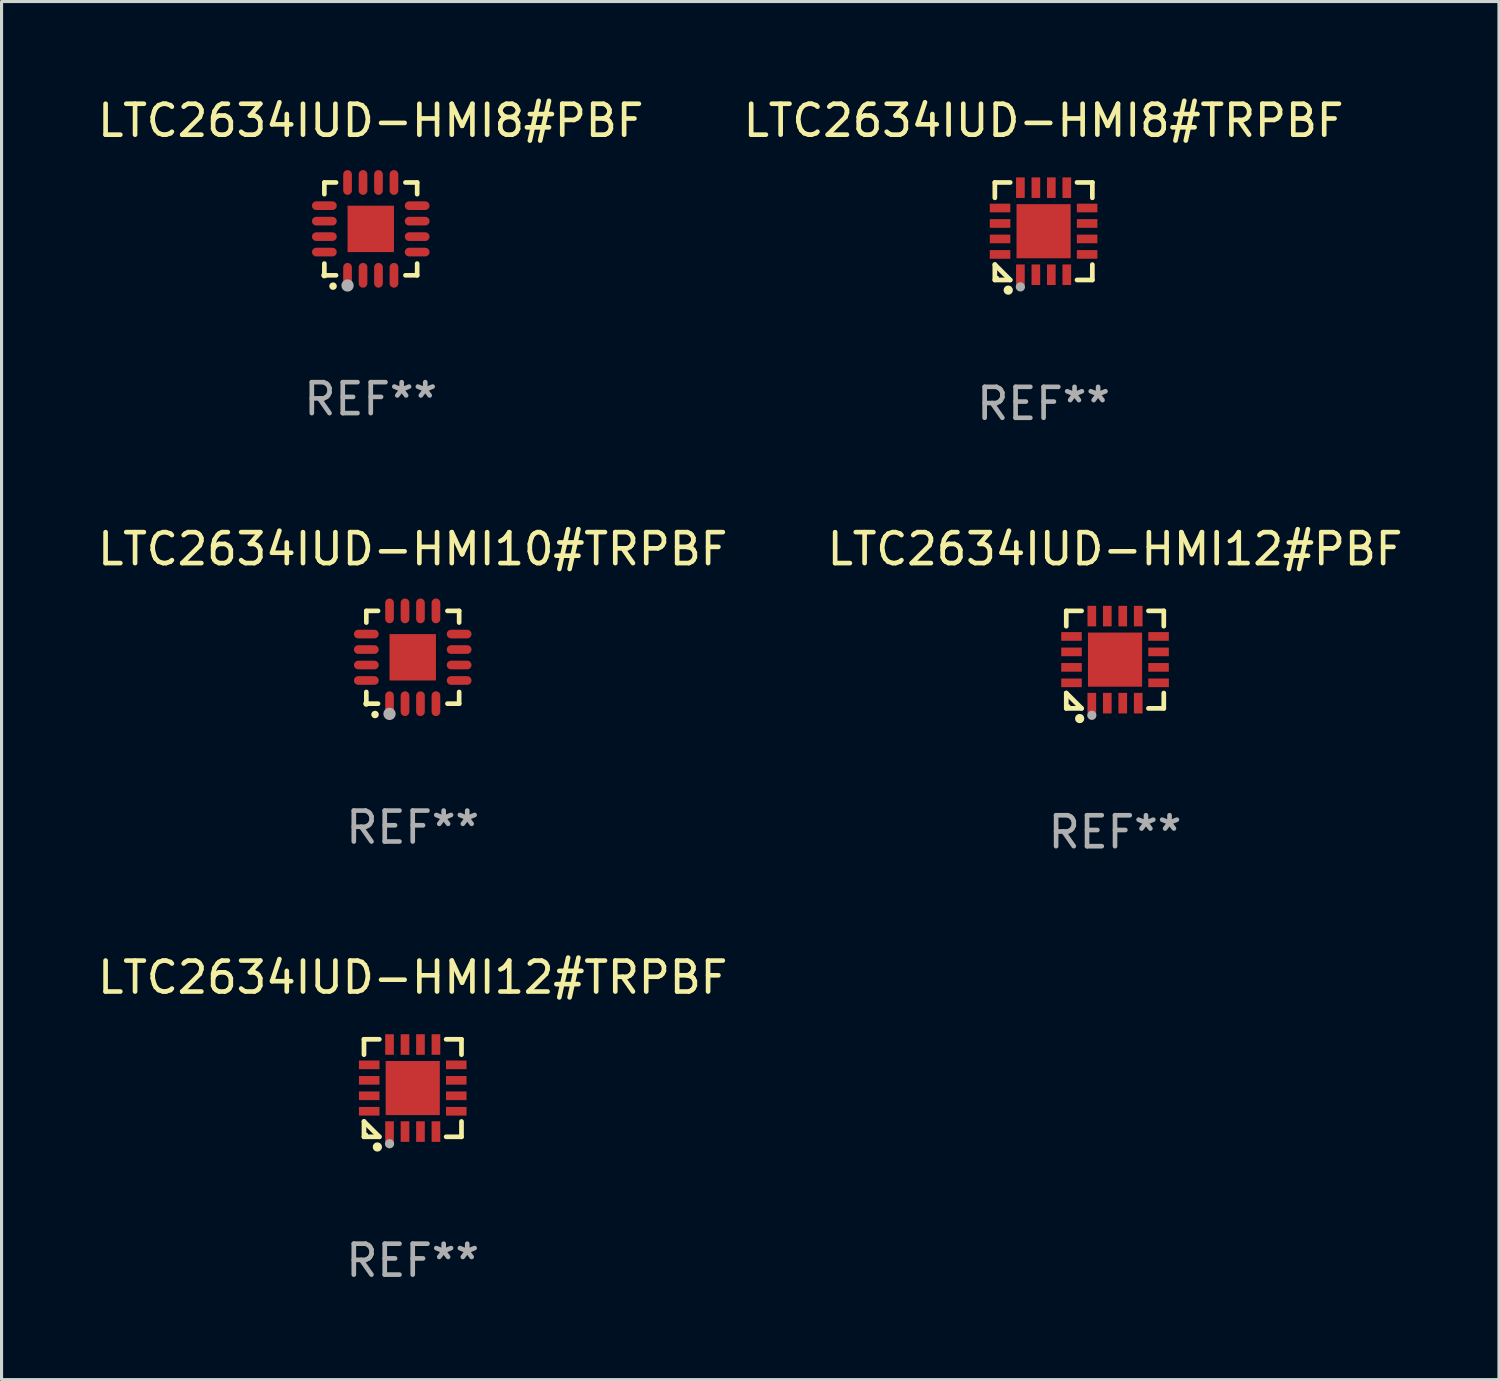
<source format=kicad_pcb>
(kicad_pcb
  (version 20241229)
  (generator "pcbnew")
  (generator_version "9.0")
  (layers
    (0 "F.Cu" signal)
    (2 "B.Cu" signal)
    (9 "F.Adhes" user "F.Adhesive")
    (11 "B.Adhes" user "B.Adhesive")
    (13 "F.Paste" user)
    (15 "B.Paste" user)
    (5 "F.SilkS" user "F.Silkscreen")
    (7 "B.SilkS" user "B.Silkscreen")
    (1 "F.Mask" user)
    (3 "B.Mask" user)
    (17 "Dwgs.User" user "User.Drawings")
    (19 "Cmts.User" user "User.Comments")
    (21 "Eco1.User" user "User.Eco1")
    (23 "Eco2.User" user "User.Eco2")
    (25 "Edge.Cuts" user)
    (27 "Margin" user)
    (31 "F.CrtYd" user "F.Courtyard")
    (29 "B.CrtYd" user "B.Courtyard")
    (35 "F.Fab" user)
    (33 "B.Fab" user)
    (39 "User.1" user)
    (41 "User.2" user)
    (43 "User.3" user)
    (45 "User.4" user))
  (footprint "LTC2634IUD-HMI12#PBF"
    (layer "F.Cu")
    (at 32.994 18.273)
    (property "Reference" "LTC2634IUD-HMI12#PBF" (at 0 -3.576 0) (layer "F.SilkS") (effects (font (size 1 1) (thickness 0.15))))
    (attr through_hole)
    (fp_line (start -1.576 -1.576) (end -1.08 -1.576) (stroke (width 0.152) (type solid)) (layer "F.SilkS"))
    (fp_line (start -1.576 -1.08) (end -1.576 -1.576) (stroke (width 0.152) (type solid)) (layer "F.SilkS"))
    (fp_line (start -1.576 1.08) (end -1.576 1.576) (stroke (width 0.152) (type solid)) (layer "F.SilkS"))
    (fp_line (start -1.576 1.576) (end -1.08 1.576) (stroke (width 0.152) (type solid)) (layer "F.SilkS"))
    (fp_line (start -1.08 1.576) (end -1.576 1.08) (stroke (width 0.152) (type solid)) (layer "F.SilkS"))
    (fp_line (start 1.576 -1.576) (end 1.08 -1.576) (stroke (width 0.152) (type solid)) (layer "F.SilkS"))
    (fp_line (start 1.576 -1.08) (end 1.576 -1.576) (stroke (width 0.152) (type solid)) (layer "F.SilkS"))
    (fp_line (start 1.576 1.08) (end 1.576 1.576) (stroke (width 0.152) (type solid)) (layer "F.SilkS"))
    (fp_line (start 1.576 1.576) (end 1.08 1.576) (stroke (width 0.152) (type solid)) (layer "F.SilkS"))
    (fp_circle (center -1.5 1.5) (end -1.47 1.5) (stroke (width 0.06) (type solid)) (fill no) (layer "F.SilkS"))
    (fp_circle (center -1.143 1.905) (end -1.068 1.905) (stroke (width 0.15) (type solid)) (fill no) (layer "F.SilkS"))
    (fp_circle (center -0.75 1.8) (end -0.675 1.8) (stroke (width 0.15) (type solid)) (fill no) (layer "F.Fab"))
    (fp_text user "REF**" (at 0 5.576 0) (layer "F.Fab") (effects (font (size 1 1) (thickness 0.15))))
    (pad "1" smd rect (at -0.75 1.407) (size 0.28 0.665) (layers "F.Cu" "F.Mask" "F.Paste"))
    (pad "2" smd rect (at -0.25 1.407) (size 0.28 0.665) (layers "F.Cu" "F.Mask" "F.Paste"))
    (pad "3" smd rect (at 0.25 1.407) (size 0.28 0.665) (layers "F.Cu" "F.Mask" "F.Paste"))
    (pad "4" smd rect (at 0.75 1.407) (size 0.28 0.665) (layers "F.Cu" "F.Mask" "F.Paste"))
    (pad "5" smd rect (at 1.407 0.75) (size 0.665 0.28) (layers "F.Cu" "F.Mask" "F.Paste"))
    (pad "6" smd rect (at 1.407 0.25) (size 0.665 0.28) (layers "F.Cu" "F.Mask" "F.Paste"))
    (pad "7" smd rect (at 1.407 -0.25) (size 0.665 0.28) (layers "F.Cu" "F.Mask" "F.Paste"))
    (pad "8" smd rect (at 1.407 -0.75) (size 0.665 0.28) (layers "F.Cu" "F.Mask" "F.Paste"))
    (pad "9" smd rect (at 0.75 -1.407) (size 0.28 0.665) (layers "F.Cu" "F.Mask" "F.Paste"))
    (pad "10" smd rect (at 0.25 -1.407) (size 0.28 0.665) (layers "F.Cu" "F.Mask" "F.Paste"))
    (pad "11" smd rect (at -0.25 -1.407) (size 0.28 0.665) (layers "F.Cu" "F.Mask" "F.Paste"))
    (pad "12" smd rect (at -0.75 -1.407) (size 0.28 0.665) (layers "F.Cu" "F.Mask" "F.Paste"))
    (pad "13" smd rect (at -1.407 -0.75) (size 0.665 0.28) (layers "F.Cu" "F.Mask" "F.Paste"))
    (pad "14" smd rect (at -1.407 -0.25) (size 0.665 0.28) (layers "F.Cu" "F.Mask" "F.Paste"))
    (pad "15" smd rect (at -1.407 0.25) (size 0.665 0.28) (layers "F.Cu" "F.Mask" "F.Paste"))
    (pad "16" smd rect (at -1.407 0.75) (size 0.665 0.28) (layers "F.Cu" "F.Mask" "F.Paste"))
    (pad "17" smd rect (at 0 0) (size 1.75 1.75) (layers "F.Cu" "F.Mask" "F.Paste")))
  (footprint "LTC2634IUD-HMI12#TRPBF"
    (layer "F.Cu")
    (at 10.292 32.122)
    (property "Reference" "LTC2634IUD-HMI12#TRPBF" (at 0 -3.576 0) (layer "F.SilkS") (effects (font (size 1 1) (thickness 0.15))))
    (attr through_hole)
    (fp_line (start -1.576 -1.576) (end -1.08 -1.576) (stroke (width 0.152) (type solid)) (layer "F.SilkS"))
    (fp_line (start -1.576 -1.08) (end -1.576 -1.576) (stroke (width 0.152) (type solid)) (layer "F.SilkS"))
    (fp_line (start -1.576 1.08) (end -1.576 1.576) (stroke (width 0.152) (type solid)) (layer "F.SilkS"))
    (fp_line (start -1.576 1.576) (end -1.08 1.576) (stroke (width 0.152) (type solid)) (layer "F.SilkS"))
    (fp_line (start -1.08 1.576) (end -1.576 1.08) (stroke (width 0.152) (type solid)) (layer "F.SilkS"))
    (fp_line (start 1.576 -1.576) (end 1.08 -1.576) (stroke (width 0.152) (type solid)) (layer "F.SilkS"))
    (fp_line (start 1.576 -1.08) (end 1.576 -1.576) (stroke (width 0.152) (type solid)) (layer "F.SilkS"))
    (fp_line (start 1.576 1.08) (end 1.576 1.576) (stroke (width 0.152) (type solid)) (layer "F.SilkS"))
    (fp_line (start 1.576 1.576) (end 1.08 1.576) (stroke (width 0.152) (type solid)) (layer "F.SilkS"))
    (fp_circle (center -1.5 1.5) (end -1.47 1.5) (stroke (width 0.06) (type solid)) (fill no) (layer "F.SilkS"))
    (fp_circle (center -1.143 1.905) (end -1.068 1.905) (stroke (width 0.15) (type solid)) (fill no) (layer "F.SilkS"))
    (fp_circle (center -0.75 1.8) (end -0.675 1.8) (stroke (width 0.15) (type solid)) (fill no) (layer "F.Fab"))
    (fp_text user "REF**" (at 0 5.576 0) (layer "F.Fab") (effects (font (size 1 1) (thickness 0.15))))
    (pad "1" smd rect (at -0.75 1.407) (size 0.28 0.665) (layers "F.Cu" "F.Mask" "F.Paste"))
    (pad "2" smd rect (at -0.25 1.407) (size 0.28 0.665) (layers "F.Cu" "F.Mask" "F.Paste"))
    (pad "3" smd rect (at 0.25 1.407) (size 0.28 0.665) (layers "F.Cu" "F.Mask" "F.Paste"))
    (pad "4" smd rect (at 0.75 1.407) (size 0.28 0.665) (layers "F.Cu" "F.Mask" "F.Paste"))
    (pad "5" smd rect (at 1.407 0.75) (size 0.665 0.28) (layers "F.Cu" "F.Mask" "F.Paste"))
    (pad "6" smd rect (at 1.407 0.25) (size 0.665 0.28) (layers "F.Cu" "F.Mask" "F.Paste"))
    (pad "7" smd rect (at 1.407 -0.25) (size 0.665 0.28) (layers "F.Cu" "F.Mask" "F.Paste"))
    (pad "8" smd rect (at 1.407 -0.75) (size 0.665 0.28) (layers "F.Cu" "F.Mask" "F.Paste"))
    (pad "9" smd rect (at 0.75 -1.407) (size 0.28 0.665) (layers "F.Cu" "F.Mask" "F.Paste"))
    (pad "10" smd rect (at 0.25 -1.407) (size 0.28 0.665) (layers "F.Cu" "F.Mask" "F.Paste"))
    (pad "11" smd rect (at -0.25 -1.407) (size 0.28 0.665) (layers "F.Cu" "F.Mask" "F.Paste"))
    (pad "12" smd rect (at -0.75 -1.407) (size 0.28 0.665) (layers "F.Cu" "F.Mask" "F.Paste"))
    (pad "13" smd rect (at -1.407 -0.75) (size 0.665 0.28) (layers "F.Cu" "F.Mask" "F.Paste"))
    (pad "14" smd rect (at -1.407 -0.25) (size 0.665 0.28) (layers "F.Cu" "F.Mask" "F.Paste"))
    (pad "15" smd rect (at -1.407 0.25) (size 0.665 0.28) (layers "F.Cu" "F.Mask" "F.Paste"))
    (pad "16" smd rect (at -1.407 0.75) (size 0.665 0.28) (layers "F.Cu" "F.Mask" "F.Paste"))
    (pad "17" smd rect (at 0 0) (size 1.75 1.75) (layers "F.Cu" "F.Mask" "F.Paste")))
  (footprint "LTC2634IUD-HMI8#PBF"
    (layer "F.Cu")
    (at 8.935 4.349)
    (property "Reference" "LTC2634IUD-HMI8#PBF" (at 0 -3.5 0) (layer "F.SilkS") (effects (font (size 1 1) (thickness 0.15))))
    (attr through_hole)
    (fp_line (start -1.5 -1.5) (end -1.121 -1.5) (stroke (width 0.15) (type solid)) (layer "F.SilkS"))
    (fp_line (start -1.5 -1.122) (end -1.5 -1.5) (stroke (width 0.15) (type solid)) (layer "F.SilkS"))
    (fp_line (start -1.5 1.5) (end -1.5 1.121) (stroke (width 0.15) (type solid)) (layer "F.SilkS"))
    (fp_line (start -1.121 1.5) (end -1.5 1.5) (stroke (width 0.15) (type solid)) (layer "F.SilkS"))
    (fp_line (start 1.121 -1.5) (end 1.5 -1.5) (stroke (width 0.15) (type solid)) (layer "F.SilkS"))
    (fp_line (start 1.5 -1.5) (end 1.5 -1.122) (stroke (width 0.15) (type solid)) (layer "F.SilkS"))
    (fp_line (start 1.5 1.121) (end 1.5 1.5) (stroke (width 0.15) (type solid)) (layer "F.SilkS"))
    (fp_line (start 1.5 1.5) (end 1.121 1.5) (stroke (width 0.15) (type solid)) (layer "F.SilkS"))
    (fp_arc (start -1.219926 1.850254) (mid -1.21891 1.85025) (end -1.217894 1.850254) (stroke (width 0.240005) (type solid)) (layer "F.SilkS"))
    (fp_circle (center -1.5 1.5) (end -1.45 1.5) (stroke (width 0.1) (type solid)) (fill no) (layer "F.SilkS"))
    (fp_circle (center -0.75 1.83) (end -0.65 1.83) (stroke (width 0.2) (type solid)) (fill no) (layer "F.Fab"))
    (fp_text user "REF**" (at 0 5.5 0) (layer "F.Fab") (effects (font (size 1 1) (thickness 0.15))))
    (pad "1" smd oval (at -0.75 1.5) (size 0.28 0.8) (layers "F.Cu" "F.Mask" "F.Paste"))
    (pad "2" smd oval (at -0.25 1.5) (size 0.28 0.8) (layers "F.Cu" "F.Mask" "F.Paste"))
    (pad "3" smd oval (at 0.25 1.5) (size 0.28 0.8) (layers "F.Cu" "F.Mask" "F.Paste"))
    (pad "4" smd oval (at 0.75 1.5) (size 0.28 0.8) (layers "F.Cu" "F.Mask" "F.Paste"))
    (pad "5" smd oval (at 1.5 0.75) (size 0.8 0.28) (layers "F.Cu" "F.Mask" "F.Paste"))
    (pad "6" smd oval (at 1.5 0.25) (size 0.8 0.28) (layers "F.Cu" "F.Mask" "F.Paste"))
    (pad "7" smd oval (at 1.5 -0.25) (size 0.8 0.28) (layers "F.Cu" "F.Mask" "F.Paste"))
    (pad "8" smd oval (at 1.5 -0.75) (size 0.8 0.28) (layers "F.Cu" "F.Mask" "F.Paste"))
    (pad "9" smd oval (at 0.75 -1.5) (size 0.28 0.8) (layers "F.Cu" "F.Mask" "F.Paste"))
    (pad "10" smd oval (at 0.25 -1.5) (size 0.28 0.8) (layers "F.Cu" "F.Mask" "F.Paste"))
    (pad "11" smd oval (at -0.25 -1.5) (size 0.28 0.8) (layers "F.Cu" "F.Mask" "F.Paste"))
    (pad "12" smd oval (at -0.75 -1.5) (size 0.28 0.8) (layers "F.Cu" "F.Mask" "F.Paste"))
    (pad "13" smd oval (at -1.5 -0.75) (size 0.8 0.28) (layers "F.Cu" "F.Mask" "F.Paste"))
    (pad "14" smd oval (at -1.5 -0.25) (size 0.8 0.28) (layers "F.Cu" "F.Mask" "F.Paste"))
    (pad "15" smd oval (at -1.5 0.25) (size 0.8 0.28) (layers "F.Cu" "F.Mask" "F.Paste"))
    (pad "16" smd oval (at -1.5 0.75) (size 0.8 0.28) (layers "F.Cu" "F.Mask" "F.Paste"))
    (pad "17" smd rect (at -0.000064 0.000165) (size 1.5 1.5) (layers "F.Cu" "F.Mask" "F.Paste")))
  (footprint "LTC2634IUD-HMI10#TRPBF"
    (layer "F.Cu")
    (at 10.292 18.197)
    (property "Reference" "LTC2634IUD-HMI10#TRPBF" (at 0 -3.5 0) (layer "F.SilkS") (effects (font (size 1 1) (thickness 0.15))))
    (attr through_hole)
    (fp_line (start -1.5 -1.5) (end -1.121 -1.5) (stroke (width 0.15) (type solid)) (layer "F.SilkS"))
    (fp_line (start -1.5 -1.122) (end -1.5 -1.5) (stroke (width 0.15) (type solid)) (layer "F.SilkS"))
    (fp_line (start -1.5 1.5) (end -1.5 1.121) (stroke (width 0.15) (type solid)) (layer "F.SilkS"))
    (fp_line (start -1.121 1.5) (end -1.5 1.5) (stroke (width 0.15) (type solid)) (layer "F.SilkS"))
    (fp_line (start 1.121 -1.5) (end 1.5 -1.5) (stroke (width 0.15) (type solid)) (layer "F.SilkS"))
    (fp_line (start 1.5 -1.5) (end 1.5 -1.122) (stroke (width 0.15) (type solid)) (layer "F.SilkS"))
    (fp_line (start 1.5 1.121) (end 1.5 1.5) (stroke (width 0.15) (type solid)) (layer "F.SilkS"))
    (fp_line (start 1.5 1.5) (end 1.121 1.5) (stroke (width 0.15) (type solid)) (layer "F.SilkS"))
    (fp_arc (start -1.219926 1.850254) (mid -1.21891 1.85025) (end -1.217894 1.850254) (stroke (width 0.240005) (type solid)) (layer "F.SilkS"))
    (fp_circle (center -1.5 1.5) (end -1.45 1.5) (stroke (width 0.1) (type solid)) (fill no) (layer "F.SilkS"))
    (fp_circle (center -0.75 1.83) (end -0.65 1.83) (stroke (width 0.2) (type solid)) (fill no) (layer "F.Fab"))
    (fp_text user "REF**" (at 0 5.5 0) (layer "F.Fab") (effects (font (size 1 1) (thickness 0.15))))
    (pad "1" smd oval (at -0.75 1.5) (size 0.28 0.8) (layers "F.Cu" "F.Mask" "F.Paste"))
    (pad "2" smd oval (at -0.25 1.5) (size 0.28 0.8) (layers "F.Cu" "F.Mask" "F.Paste"))
    (pad "3" smd oval (at 0.25 1.5) (size 0.28 0.8) (layers "F.Cu" "F.Mask" "F.Paste"))
    (pad "4" smd oval (at 0.75 1.5) (size 0.28 0.8) (layers "F.Cu" "F.Mask" "F.Paste"))
    (pad "5" smd oval (at 1.5 0.75) (size 0.8 0.28) (layers "F.Cu" "F.Mask" "F.Paste"))
    (pad "6" smd oval (at 1.5 0.25) (size 0.8 0.28) (layers "F.Cu" "F.Mask" "F.Paste"))
    (pad "7" smd oval (at 1.5 -0.25) (size 0.8 0.28) (layers "F.Cu" "F.Mask" "F.Paste"))
    (pad "8" smd oval (at 1.5 -0.75) (size 0.8 0.28) (layers "F.Cu" "F.Mask" "F.Paste"))
    (pad "9" smd oval (at 0.75 -1.5) (size 0.28 0.8) (layers "F.Cu" "F.Mask" "F.Paste"))
    (pad "10" smd oval (at 0.25 -1.5) (size 0.28 0.8) (layers "F.Cu" "F.Mask" "F.Paste"))
    (pad "11" smd oval (at -0.25 -1.5) (size 0.28 0.8) (layers "F.Cu" "F.Mask" "F.Paste"))
    (pad "12" smd oval (at -0.75 -1.5) (size 0.28 0.8) (layers "F.Cu" "F.Mask" "F.Paste"))
    (pad "13" smd oval (at -1.5 -0.75) (size 0.8 0.28) (layers "F.Cu" "F.Mask" "F.Paste"))
    (pad "14" smd oval (at -1.5 -0.25) (size 0.8 0.28) (layers "F.Cu" "F.Mask" "F.Paste"))
    (pad "15" smd oval (at -1.5 0.25) (size 0.8 0.28) (layers "F.Cu" "F.Mask" "F.Paste"))
    (pad "16" smd oval (at -1.5 0.75) (size 0.8 0.28) (layers "F.Cu" "F.Mask" "F.Paste"))
    (pad "17" smd rect (at -0.000064 0.000165) (size 1.5 1.5) (layers "F.Cu" "F.Mask" "F.Paste")))
  (footprint "LTC2634IUD-HMI8#TRPBF"
    (layer "F.Cu")
    (at 30.685 4.424)
    (property "Reference" "LTC2634IUD-HMI8#TRPBF" (at 0 -3.576 0) (layer "F.SilkS") (effects (font (size 1 1) (thickness 0.15))))
    (attr through_hole)
    (fp_line (start -1.576 -1.576) (end -1.08 -1.576) (stroke (width 0.152) (type solid)) (layer "F.SilkS"))
    (fp_line (start -1.576 -1.08) (end -1.576 -1.576) (stroke (width 0.152) (type solid)) (layer "F.SilkS"))
    (fp_line (start -1.576 1.08) (end -1.576 1.576) (stroke (width 0.152) (type solid)) (layer "F.SilkS"))
    (fp_line (start -1.576 1.576) (end -1.08 1.576) (stroke (width 0.152) (type solid)) (layer "F.SilkS"))
    (fp_line (start -1.08 1.576) (end -1.576 1.08) (stroke (width 0.152) (type solid)) (layer "F.SilkS"))
    (fp_line (start 1.576 -1.576) (end 1.08 -1.576) (stroke (width 0.152) (type solid)) (layer "F.SilkS"))
    (fp_line (start 1.576 -1.08) (end 1.576 -1.576) (stroke (width 0.152) (type solid)) (layer "F.SilkS"))
    (fp_line (start 1.576 1.08) (end 1.576 1.576) (stroke (width 0.152) (type solid)) (layer "F.SilkS"))
    (fp_line (start 1.576 1.576) (end 1.08 1.576) (stroke (width 0.152) (type solid)) (layer "F.SilkS"))
    (fp_circle (center -1.5 1.5) (end -1.47 1.5) (stroke (width 0.06) (type solid)) (fill no) (layer "F.SilkS"))
    (fp_circle (center -1.143 1.905) (end -1.068 1.905) (stroke (width 0.15) (type solid)) (fill no) (layer "F.SilkS"))
    (fp_circle (center -0.75 1.8) (end -0.675 1.8) (stroke (width 0.15) (type solid)) (fill no) (layer "F.Fab"))
    (fp_text user "REF**" (at 0 5.576 0) (layer "F.Fab") (effects (font (size 1 1) (thickness 0.15))))
    (pad "1" smd rect (at -0.75 1.407) (size 0.28 0.665) (layers "F.Cu" "F.Mask" "F.Paste"))
    (pad "2" smd rect (at -0.25 1.407) (size 0.28 0.665) (layers "F.Cu" "F.Mask" "F.Paste"))
    (pad "3" smd rect (at 0.25 1.407) (size 0.28 0.665) (layers "F.Cu" "F.Mask" "F.Paste"))
    (pad "4" smd rect (at 0.75 1.407) (size 0.28 0.665) (layers "F.Cu" "F.Mask" "F.Paste"))
    (pad "5" smd rect (at 1.407 0.75) (size 0.665 0.28) (layers "F.Cu" "F.Mask" "F.Paste"))
    (pad "6" smd rect (at 1.407 0.25) (size 0.665 0.28) (layers "F.Cu" "F.Mask" "F.Paste"))
    (pad "7" smd rect (at 1.407 -0.25) (size 0.665 0.28) (layers "F.Cu" "F.Mask" "F.Paste"))
    (pad "8" smd rect (at 1.407 -0.75) (size 0.665 0.28) (layers "F.Cu" "F.Mask" "F.Paste"))
    (pad "9" smd rect (at 0.75 -1.407) (size 0.28 0.665) (layers "F.Cu" "F.Mask" "F.Paste"))
    (pad "10" smd rect (at 0.25 -1.407) (size 0.28 0.665) (layers "F.Cu" "F.Mask" "F.Paste"))
    (pad "11" smd rect (at -0.25 -1.407) (size 0.28 0.665) (layers "F.Cu" "F.Mask" "F.Paste"))
    (pad "12" smd rect (at -0.75 -1.407) (size 0.28 0.665) (layers "F.Cu" "F.Mask" "F.Paste"))
    (pad "13" smd rect (at -1.407 -0.75) (size 0.665 0.28) (layers "F.Cu" "F.Mask" "F.Paste"))
    (pad "14" smd rect (at -1.407 -0.25) (size 0.665 0.28) (layers "F.Cu" "F.Mask" "F.Paste"))
    (pad "15" smd rect (at -1.407 0.25) (size 0.665 0.28) (layers "F.Cu" "F.Mask" "F.Paste"))
    (pad "16" smd rect (at -1.407 0.75) (size 0.665 0.28) (layers "F.Cu" "F.Mask" "F.Paste"))
    (pad "17" smd rect (at 0 0) (size 1.75 1.75) (layers "F.Cu" "F.Mask" "F.Paste")))
  (gr_rect
    (start -3 -3)
    (end 45.405 41.547)
    (stroke (width 0.1) (type default))
    (fill no)
    (layer "Edge.Cuts")))
</source>
